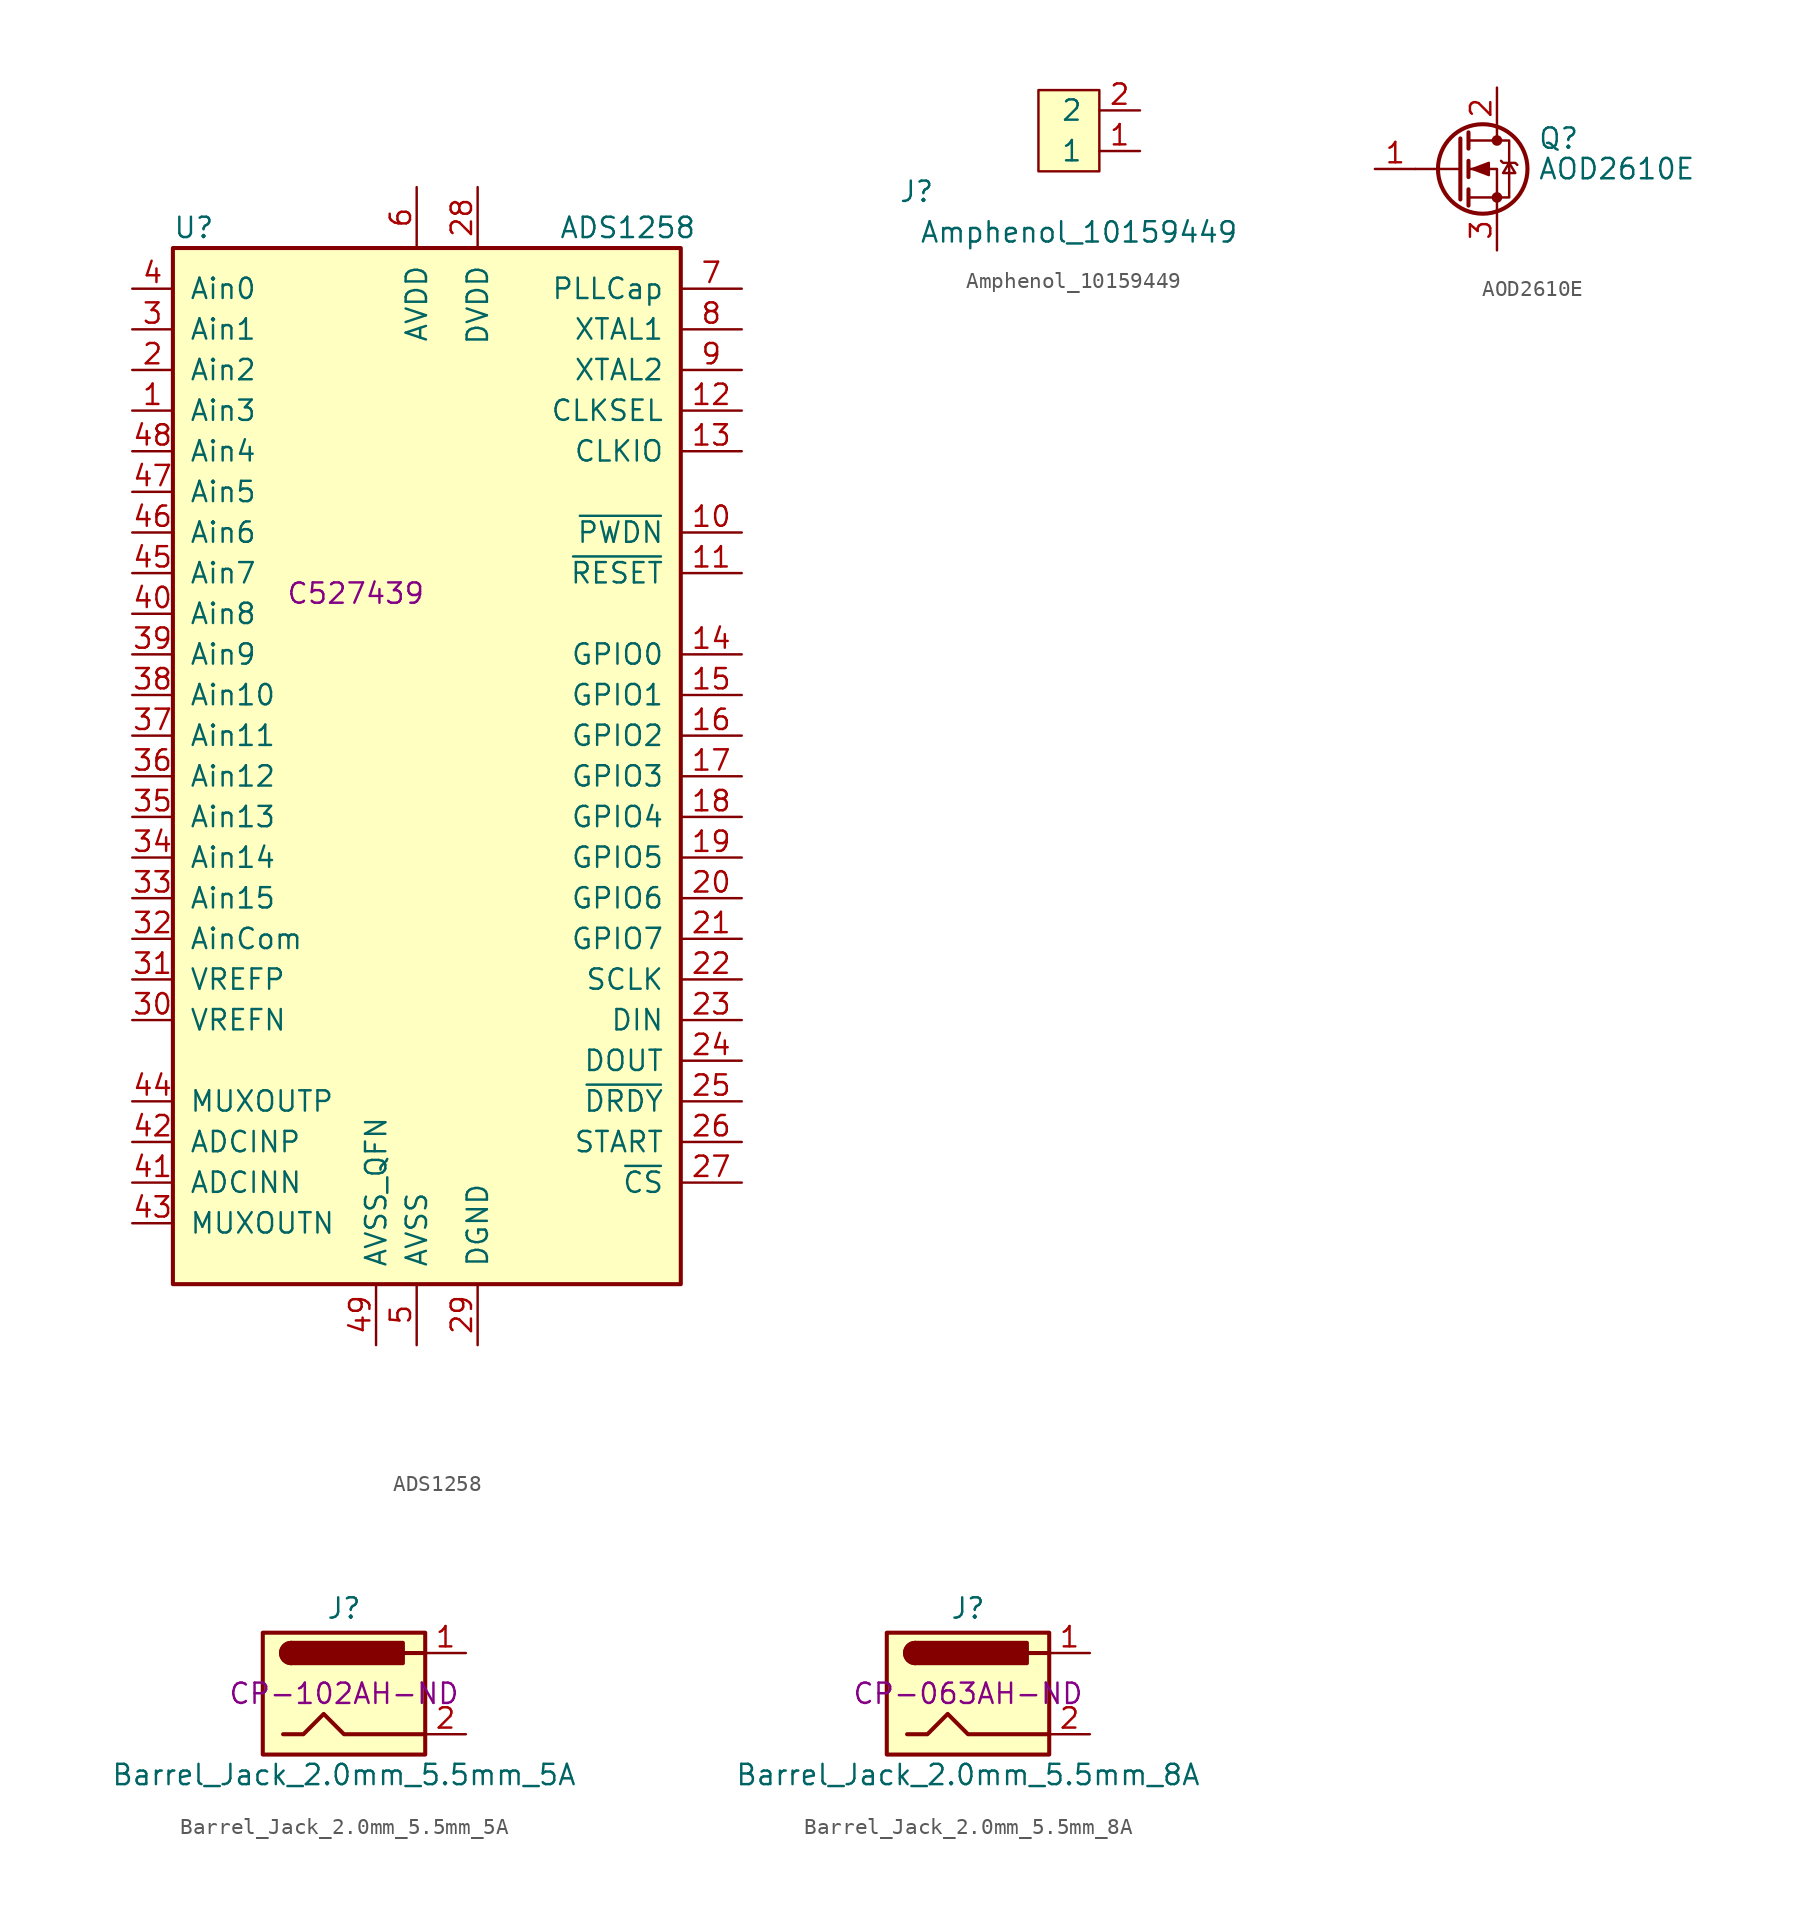
<source format=kicad_sym>
(kicad_symbol_lib
  (version 20211014)
  (generator kicad_symbol_editor)
  (symbol "ADS1258"
    (pin_names
      (offset 1.016))
    (property "Reference" "U"
      (at -19.05 41.91 0)
      (effects (font (size 1.27 1.27)) (justify left)))
    (property "Value" "ADS1258"
      (at 5.08 41.91 0)
      (effects (font (size 1.27 1.27)) (justify left)))
    (property "LCSC" "C527439"
      (at -7.62 19.05 0)
      (effects (font (size 1.27 1.27))))
    (symbol "ADS1258_0_1"
      (rectangle (start -19.05 40.64) (end 12.7 -24.13) (stroke (width 0.254) (type default) (color 0 0 0 0)) (fill (type background))))
    (symbol "ADS1258_1_0"
      (pin input line (at 16.51 -5.08 180) (length 3.81) (name "SCLK" (effects (font (size 1.27 1.27)))) (number "22" (effects (font (size 1.27 1.27)))))
      (pin input line (at 16.51 -7.62 180) (length 3.81) (name "DIN" (effects (font (size 1.27 1.27)))) (number "23" (effects (font (size 1.27 1.27)))))
      (pin output line (at 16.51 -10.16 180) (length 3.81) (name "DOUT" (effects (font (size 1.27 1.27)))) (number "24" (effects (font (size 1.27 1.27)))))
      (pin output line (at 16.51 -12.7 180) (length 3.81) (name "~{DRDY}" (effects (font (size 1.27 1.27)))) (number "25" (effects (font (size 1.27 1.27)))))
      (pin input line (at 16.51 -15.24 180) (length 3.81) (name "START" (effects (font (size 1.27 1.27)))) (number "26" (effects (font (size 1.27 1.27)))))
      (pin input line (at 16.51 -17.78 180) (length 3.81) (name "~{CS}" (effects (font (size 1.27 1.27)))) (number "27" (effects (font (size 1.27 1.27))))))
    (symbol "ADS1258_1_1"
      (pin passive line (at -21.59 30.48 0) (length 2.54) (name "Ain3" (effects (font (size 1.27 1.27)))) (number "1" (effects (font (size 1.27 1.27)))))
      (pin input line (at 16.51 22.86 180) (length 3.81) (name "~{PWDN}" (effects (font (size 1.27 1.27)))) (number "10" (effects (font (size 1.27 1.27)))))
      (pin input line (at 16.51 20.32 180) (length 3.81) (name "~{RESET}" (effects (font (size 1.27 1.27)))) (number "11" (effects (font (size 1.27 1.27)))))
      (pin input line (at 16.51 30.48 180) (length 3.81) (name "CLKSEL" (effects (font (size 1.27 1.27)))) (number "12" (effects (font (size 1.27 1.27)))))
      (pin bidirectional line (at 16.51 27.94 180) (length 3.81) (name "CLKIO" (effects (font (size 1.27 1.27)))) (number "13" (effects (font (size 1.27 1.27)))))
      (pin passive line (at 16.51 15.24 180) (length 3.81) (name "GPIO0" (effects (font (size 1.27 1.27)))) (number "14" (effects (font (size 1.27 1.27)))))
      (pin passive line (at 16.51 12.7 180) (length 3.81) (name "GPIO1" (effects (font (size 1.27 1.27)))) (number "15" (effects (font (size 1.27 1.27)))))
      (pin passive line (at 16.51 10.16 180) (length 3.81) (name "GPIO2" (effects (font (size 1.27 1.27)))) (number "16" (effects (font (size 1.27 1.27)))))
      (pin passive line (at 16.51 7.62 180) (length 3.81) (name "GPIO3" (effects (font (size 1.27 1.27)))) (number "17" (effects (font (size 1.27 1.27)))))
      (pin passive line (at 16.51 5.08 180) (length 3.81) (name "GPIO4" (effects (font (size 1.27 1.27)))) (number "18" (effects (font (size 1.27 1.27)))))
      (pin passive line (at 16.51 2.54 180) (length 3.81) (name "GPIO5" (effects (font (size 1.27 1.27)))) (number "19" (effects (font (size 1.27 1.27)))))
      (pin passive line (at -21.59 33.02 0) (length 2.54) (name "Ain2" (effects (font (size 1.27 1.27)))) (number "2" (effects (font (size 1.27 1.27)))))
      (pin passive line (at 16.51 0 180) (length 3.81) (name "GPIO6" (effects (font (size 1.27 1.27)))) (number "20" (effects (font (size 1.27 1.27)))))
      (pin passive line (at 16.51 -2.54 180) (length 3.81) (name "GPIO7" (effects (font (size 1.27 1.27)))) (number "21" (effects (font (size 1.27 1.27)))))
      (pin power_in line (at 0 44.45 270) (length 3.81) (name "DVDD" (effects (font (size 1.27 1.27)))) (number "28" (effects (font (size 1.27 1.27)))))
      (pin power_in line (at 0 -27.94 90) (length 3.81) (name "DGND" (effects (font (size 1.27 1.27)))) (number "29" (effects (font (size 1.27 1.27)))))
      (pin passive line (at -21.59 35.56 0) (length 2.54) (name "Ain1" (effects (font (size 1.27 1.27)))) (number "3" (effects (font (size 1.27 1.27)))))
      (pin passive line (at -21.59 -7.62 0) (length 2.54) (name "VREFN" (effects (font (size 1.27 1.27)))) (number "30" (effects (font (size 1.27 1.27)))))
      (pin passive line (at -21.59 -5.08 0) (length 2.54) (name "VREFP" (effects (font (size 1.27 1.27)))) (number "31" (effects (font (size 1.27 1.27)))))
      (pin passive line (at -21.59 -2.54 0) (length 2.54) (name "AinCom" (effects (font (size 1.27 1.27)))) (number "32" (effects (font (size 1.27 1.27)))))
      (pin passive line (at -21.59 0 0) (length 2.54) (name "Ain15" (effects (font (size 1.27 1.27)))) (number "33" (effects (font (size 1.27 1.27)))))
      (pin passive line (at -21.59 2.54 0) (length 2.54) (name "Ain14" (effects (font (size 1.27 1.27)))) (number "34" (effects (font (size 1.27 1.27)))))
      (pin passive line (at -21.59 5.08 0) (length 2.54) (name "Ain13" (effects (font (size 1.27 1.27)))) (number "35" (effects (font (size 1.27 1.27)))))
      (pin passive line (at -21.59 7.62 0) (length 2.54) (name "Ain12" (effects (font (size 1.27 1.27)))) (number "36" (effects (font (size 1.27 1.27)))))
      (pin passive line (at -21.59 10.16 0) (length 2.54) (name "Ain11" (effects (font (size 1.27 1.27)))) (number "37" (effects (font (size 1.27 1.27)))))
      (pin passive line (at -21.59 12.7 0) (length 2.54) (name "Ain10" (effects (font (size 1.27 1.27)))) (number "38" (effects (font (size 1.27 1.27)))))
      (pin passive line (at -21.59 15.24 0) (length 2.54) (name "Ain9" (effects (font (size 1.27 1.27)))) (number "39" (effects (font (size 1.27 1.27)))))
      (pin passive line (at -21.59 38.1 0) (length 2.54) (name "Ain0" (effects (font (size 1.27 1.27)))) (number "4" (effects (font (size 1.27 1.27)))))
      (pin passive line (at -21.59 17.78 0) (length 2.54) (name "Ain8" (effects (font (size 1.27 1.27)))) (number "40" (effects (font (size 1.27 1.27)))))
      (pin passive line (at -21.59 -17.78 0) (length 2.54) (name "ADCINN" (effects (font (size 1.27 1.27)))) (number "41" (effects (font (size 1.27 1.27)))))
      (pin passive line (at -21.59 -15.24 0) (length 2.54) (name "ADCINP" (effects (font (size 1.27 1.27)))) (number "42" (effects (font (size 1.27 1.27)))))
      (pin passive line (at -21.59 -20.32 0) (length 2.54) (name "MUXOUTN" (effects (font (size 1.27 1.27)))) (number "43" (effects (font (size 1.27 1.27)))))
      (pin passive line (at -21.59 -12.7 0) (length 2.54) (name "MUXOUTP" (effects (font (size 1.27 1.27)))) (number "44" (effects (font (size 1.27 1.27)))))
      (pin passive line (at -21.59 20.32 0) (length 2.54) (name "Ain7" (effects (font (size 1.27 1.27)))) (number "45" (effects (font (size 1.27 1.27)))))
      (pin passive line (at -21.59 22.86 0) (length 2.54) (name "Ain6" (effects (font (size 1.27 1.27)))) (number "46" (effects (font (size 1.27 1.27)))))
      (pin passive line (at -21.59 25.4 0) (length 2.54) (name "Ain5" (effects (font (size 1.27 1.27)))) (number "47" (effects (font (size 1.27 1.27)))))
      (pin passive line (at -21.59 27.94 0) (length 2.54) (name "Ain4" (effects (font (size 1.27 1.27)))) (number "48" (effects (font (size 1.27 1.27)))))
      (pin power_in line (at -6.35 -27.94 90) (length 3.81) (name "AVSS_QFN" (effects (font (size 1.27 1.27)))) (number "49" (effects (font (size 1.27 1.27)))))
      (pin power_in line (at -3.81 -27.94 90) (length 3.81) (name "AVSS" (effects (font (size 1.27 1.27)))) (number "5" (effects (font (size 1.27 1.27)))))
      (pin power_in line (at -3.81 44.45 270) (length 3.81) (name "AVDD" (effects (font (size 1.27 1.27)))) (number "6" (effects (font (size 1.27 1.27)))))
      (pin passive line (at 16.51 38.1 180) (length 3.81) (name "PLLCap" (effects (font (size 1.27 1.27)))) (number "7" (effects (font (size 1.27 1.27)))))
      (pin passive line (at 16.51 35.56 180) (length 3.81) (name "XTAL1" (effects (font (size 1.27 1.27)))) (number "8" (effects (font (size 1.27 1.27)))))
      (pin passive line (at 16.51 33.02 180) (length 3.81) (name "XTAL2" (effects (font (size 1.27 1.27)))) (number "9" (effects (font (size 1.27 1.27)))))))
  (symbol "Amphenol_10159449"
    (pin_names
      (offset 1.016))
    (property "Reference" "J"
      (at -7.62 -1.27 0)
      (effects (font (size 1.27 1.27))))
    (property "Value" "Amphenol_10159449"
      (at 2.54 -3.81 0)
      (effects (font (size 1.27 1.27))))
    (symbol "Amphenol_10159449_0_1"
      (rectangle (start 0 0) (end 3.81 5.08) (stroke (width 0) (type default) (color 0 0 0 0)) (fill (type background))))
    (symbol "Amphenol_10159449_1_1"
      (pin passive line (at 6.35 1.27 180) (length 2.54) (name "1" (effects (font (size 1.27 1.27)))) (number "1" (effects (font (size 1.27 1.27)))))
      (pin passive line (at 6.35 3.81 180) (length 2.54) (name "2" (effects (font (size 1.27 1.27)))) (number "2" (effects (font (size 1.27 1.27)))))))
  (symbol "AOD2610E"
    (pin_names hide)
    (property "Reference" "Q"
      (at 5.08 1.905 0)
      (effects (font (size 1.27 1.27)) (justify left)))
    (property "Value" "AOD2610E"
      (at 5.08 0 0)
      (effects (font (size 1.27 1.27)) (justify left)))
    (symbol "AOD2610E_0_1"
      (polyline (pts (xy 0.254 0) (xy -2.54 0)) (stroke (width 0) (type default) (color 0 0 0 0)) (fill (type none)))
      (polyline (pts (xy 0.254 1.905) (xy 0.254 -1.905)) (stroke (width 0.254) (type default) (color 0 0 0 0)) (fill (type none)))
      (polyline (pts (xy 0.762 -1.27) (xy 0.762 -2.286)) (stroke (width 0.254) (type default) (color 0 0 0 0)) (fill (type none)))
      (polyline (pts (xy 0.762 0.508) (xy 0.762 -0.508)) (stroke (width 0.254) (type default) (color 0 0 0 0)) (fill (type none)))
      (polyline (pts (xy 0.762 2.286) (xy 0.762 1.27)) (stroke (width 0.254) (type default) (color 0 0 0 0)) (fill (type none)))
      (polyline (pts (xy 2.54 2.54) (xy 2.54 1.778)) (stroke (width 0) (type default) (color 0 0 0 0)) (fill (type none)))
      (polyline (pts (xy 2.54 -2.54) (xy 2.54 0) (xy 0.762 0)) (stroke (width 0) (type default) (color 0 0 0 0)) (fill (type none)))
      (polyline (pts (xy 0.762 -1.778) (xy 3.302 -1.778) (xy 3.302 1.778) (xy 0.762 1.778)) (stroke (width 0) (type default) (color 0 0 0 0)) (fill (type none)))
      (polyline (pts (xy 1.016 0) (xy 2.032 0.381) (xy 2.032 -0.381) (xy 1.016 0)) (stroke (width 0) (type default) (color 0 0 0 0)) (fill (type outline)))
      (polyline (pts (xy 2.794 0.508) (xy 2.921 0.381) (xy 3.683 0.381) (xy 3.81 0.254)) (stroke (width 0) (type default) (color 0 0 0 0)) (fill (type none)))
      (polyline (pts (xy 3.302 0.381) (xy 2.921 -0.254) (xy 3.683 -0.254) (xy 3.302 0.381)) (stroke (width 0) (type default) (color 0 0 0 0)) (fill (type none)))
      (circle (center 1.651 0) (radius 2.794) (stroke (width 0.254) (type default) (color 0 0 0 0)) (fill (type none)))
      (circle (center 2.54 -1.778) (radius 0.254) (stroke (width 0) (type default) (color 0 0 0 0)) (fill (type outline)))
      (circle (center 2.54 1.778) (radius 0.254) (stroke (width 0) (type default) (color 0 0 0 0)) (fill (type outline))))
    (symbol "AOD2610E_1_1"
      (pin input line (at -5.08 0 0) (length 2.54) (name "G" (effects (font (size 1.27 1.27)))) (number "1" (effects (font (size 1.27 1.27)))))
      (pin passive line (at 2.54 5.08 270) (length 2.54) (name "D" (effects (font (size 1.27 1.27)))) (number "2" (effects (font (size 1.27 1.27)))))
      (pin passive line (at 2.54 -5.08 90) (length 2.54) (name "S" (effects (font (size 1.27 1.27)))) (number "3" (effects (font (size 1.27 1.27)))))))
  (symbol "Barrel_Jack_2.0mm_5.5mm_5A"
    (pin_names
      (offset 1.016))
    (property "Reference" "J"
      (at 0 5.334 0)
      (effects (font (size 1.27 1.27))))
    (property "Value" "Barrel_Jack_2.0mm_5.5mm_5A"
      (at 0 -5.08 0)
      (effects (font (size 1.27 1.27))))
    (property "Digikey" "CP-102AH-ND"
      (at 0 0 0)
      (effects (font (size 1.27 1.27))))
    (symbol "Barrel_Jack_2.0mm_5.5mm_5A_0_1"
      (rectangle (start -5.08 3.81) (end 5.08 -3.81) (stroke (width 0.254) (type default) (color 0 0 0 0)) (fill (type background)))
      (arc (start -3.302 3.175) (mid -3.937 2.54) (end -3.302 1.905) (stroke (width 0.254) (type default) (color 0 0 0 0)) (fill (type none)))
      (arc (start -3.302 3.175) (mid -3.937 2.54) (end -3.302 1.905) (stroke (width 0.254) (type default) (color 0 0 0 0)) (fill (type outline)))
      (polyline (pts (xy 5.08 2.54) (xy 3.81 2.54)) (stroke (width 0.254) (type default) (color 0 0 0 0)) (fill (type none)))
      (polyline (pts (xy -3.81 -2.54) (xy -2.54 -2.54) (xy -1.27 -1.27) (xy 0 -2.54) (xy 2.54 -2.54) (xy 5.08 -2.54)) (stroke (width 0.254) (type default) (color 0 0 0 0)) (fill (type none)))
      (rectangle (start 3.683 3.175) (end -3.302 1.905) (stroke (width 0.254) (type default) (color 0 0 0 0)) (fill (type outline))))
    (symbol "Barrel_Jack_2.0mm_5.5mm_5A_1_1"
      (pin passive line (at 7.62 2.54 180) (length 2.54) (name "~" (effects (font (size 1.27 1.27)))) (number "1" (effects (font (size 1.27 1.27)))))
      (pin passive line (at 7.62 -2.54 180) (length 2.54) (name "~" (effects (font (size 1.27 1.27)))) (number "2" (effects (font (size 1.27 1.27)))))))
  (symbol "Barrel_Jack_2.0mm_5.5mm_8A"
    (pin_names
      (offset 1.016))
    (property "Reference" "J"
      (at 0 5.334 0)
      (effects (font (size 1.27 1.27))))
    (property "Value" "Barrel_Jack_2.0mm_5.5mm_8A"
      (at 0 -5.08 0)
      (effects (font (size 1.27 1.27))))
    (property "Digikey" "CP-063AH-ND"
      (at 0 0 0)
      (effects (font (size 1.27 1.27))))
    (symbol "Barrel_Jack_2.0mm_5.5mm_8A_0_1"
      (rectangle (start -5.08 3.81) (end 5.08 -3.81) (stroke (width 0.254) (type default) (color 0 0 0 0)) (fill (type background)))
      (arc (start -3.302 3.175) (mid -3.937 2.54) (end -3.302 1.905) (stroke (width 0.254) (type default) (color 0 0 0 0)) (fill (type none)))
      (arc (start -3.302 3.175) (mid -3.937 2.54) (end -3.302 1.905) (stroke (width 0.254) (type default) (color 0 0 0 0)) (fill (type outline)))
      (polyline (pts (xy 5.08 2.54) (xy 3.81 2.54)) (stroke (width 0.254) (type default) (color 0 0 0 0)) (fill (type none)))
      (polyline (pts (xy -3.81 -2.54) (xy -2.54 -2.54) (xy -1.27 -1.27) (xy 0 -2.54) (xy 2.54 -2.54) (xy 5.08 -2.54)) (stroke (width 0.254) (type default) (color 0 0 0 0)) (fill (type none)))
      (rectangle (start 3.683 3.175) (end -3.302 1.905) (stroke (width 0.254) (type default) (color 0 0 0 0)) (fill (type outline))))
    (symbol "Barrel_Jack_2.0mm_5.5mm_8A_1_1"
      (pin passive line (at 7.62 2.54 180) (length 2.54) (name "~" (effects (font (size 1.27 1.27)))) (number "1" (effects (font (size 1.27 1.27)))))
      (pin passive line (at 7.62 -2.54 180) (length 2.54) (name "~" (effects (font (size 1.27 1.27)))) (number "2" (effects (font (size 1.27 1.27))))))))
</source>
